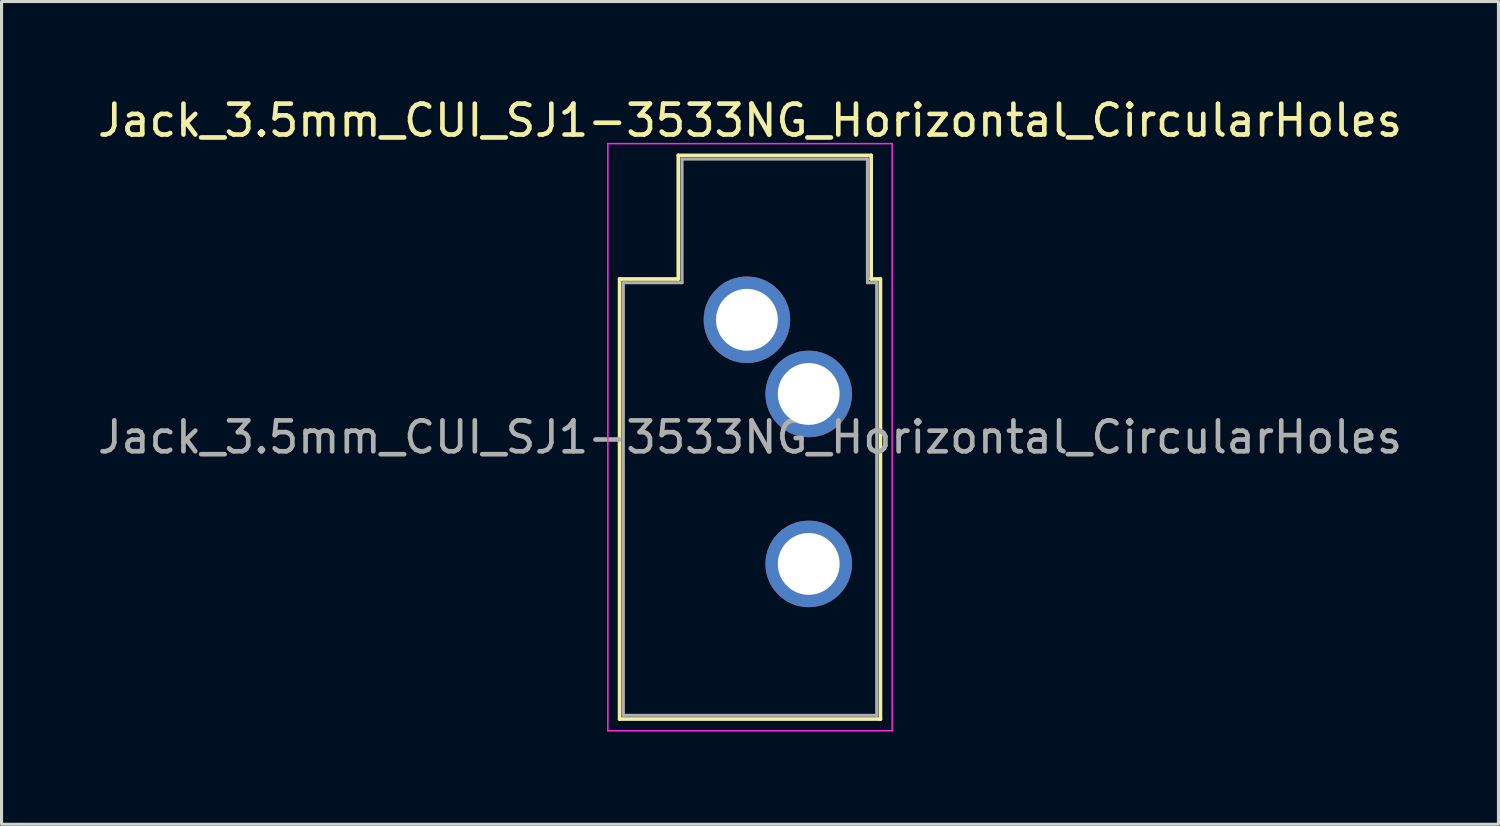
<source format=kicad_pcb>
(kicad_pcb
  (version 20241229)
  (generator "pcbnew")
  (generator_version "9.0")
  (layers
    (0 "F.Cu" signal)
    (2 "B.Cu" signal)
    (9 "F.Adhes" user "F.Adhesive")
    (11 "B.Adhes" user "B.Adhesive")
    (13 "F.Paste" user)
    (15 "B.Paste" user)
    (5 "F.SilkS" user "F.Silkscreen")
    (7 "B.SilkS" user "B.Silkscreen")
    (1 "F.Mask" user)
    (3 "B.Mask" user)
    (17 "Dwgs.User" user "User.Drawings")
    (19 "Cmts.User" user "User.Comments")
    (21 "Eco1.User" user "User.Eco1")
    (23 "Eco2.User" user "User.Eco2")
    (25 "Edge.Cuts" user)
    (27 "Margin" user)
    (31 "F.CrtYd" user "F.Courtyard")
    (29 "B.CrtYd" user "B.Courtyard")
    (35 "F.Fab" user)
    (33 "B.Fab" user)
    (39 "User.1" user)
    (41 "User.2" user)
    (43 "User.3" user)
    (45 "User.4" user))
  (footprint "Jack_3.5mm_CUI_SJ1-3533NG_Horizontal_CircularHoles"
    (layer "F.Cu")
    (at 21.12 7.298)
    (property "Reference" "Jack_3.5mm_CUI_SJ1-3533NG_Horizontal_CircularHoles" (at 0.1 -6.45 0) (layer "F.SilkS") (effects (font (size 1 1) (thickness 0.15))))
    (attr through_hole)
    (fp_line (start -4.12 -1.32) (end -2.22 -1.32) (stroke (width 0.12) (type solid)) (layer "F.SilkS"))
    (fp_line (start -4.12 12.92) (end -4.12 -1.32) (stroke (width 0.12) (type solid)) (layer "F.SilkS"))
    (fp_line (start -2.22 -5.32) (end 4.02 -5.32) (stroke (width 0.12) (type solid)) (layer "F.SilkS"))
    (fp_line (start -2.22 -1.32) (end -2.22 -5.32) (stroke (width 0.12) (type solid)) (layer "F.SilkS"))
    (fp_line (start 4.02 -5.32) (end 4.02 -1.32) (stroke (width 0.12) (type solid)) (layer "F.SilkS"))
    (fp_line (start 4.02 -1.32) (end 4.32 -1.32) (stroke (width 0.12) (type solid)) (layer "F.SilkS"))
    (fp_line (start 4.32 -1.32) (end 4.32 12.92) (stroke (width 0.12) (type solid)) (layer "F.SilkS"))
    (fp_line (start 4.32 12.92) (end -4.12 12.92) (stroke (width 0.12) (type solid)) (layer "F.SilkS"))
    (fp_line (start -4.5 -5.7) (end -4.5 13.3) (stroke (width 0.05) (type solid)) (layer "F.CrtYd"))
    (fp_line (start -4.5 13.3) (end 4.7 13.3) (stroke (width 0.05) (type solid)) (layer "F.CrtYd"))
    (fp_line (start 4.7 -5.7) (end -4.5 -5.7) (stroke (width 0.05) (type solid)) (layer "F.CrtYd"))
    (fp_line (start 4.7 13.3) (end 4.7 -5.7) (stroke (width 0.05) (type solid)) (layer "F.CrtYd"))
    (fp_line (start -4 -1.2) (end -2.1 -1.2) (stroke (width 0.1) (type solid)) (layer "F.Fab"))
    (fp_line (start -4 12.8) (end -4 -1.2) (stroke (width 0.1) (type solid)) (layer "F.Fab"))
    (fp_line (start -2.1 -5.2) (end 3.9 -5.2) (stroke (width 0.1) (type solid)) (layer "F.Fab"))
    (fp_line (start -2.1 -1.2) (end -2.1 -5.2) (stroke (width 0.1) (type solid)) (layer "F.Fab"))
    (fp_line (start 3.9 -5.2) (end 3.9 -1.2) (stroke (width 0.1) (type solid)) (layer "F.Fab"))
    (fp_line (start 3.9 -1.2) (end 4.2 -1.2) (stroke (width 0.1) (type solid)) (layer "F.Fab"))
    (fp_line (start 4.2 -1.2) (end 4.2 12.8) (stroke (width 0.1) (type solid)) (layer "F.Fab"))
    (fp_line (start 4.2 12.8) (end -4 12.8) (stroke (width 0.1) (type solid)) (layer "F.Fab"))
    (fp_text user "${REFERENCE}" (at 0.1 3.8 0) (layer "F.Fab") (effects (font (size 1 1) (thickness 0.15))))
    (pad "R" thru_hole circle (at 2 7.9) (size 2.8 2.8) (drill 2) (layers "*.Cu" "*.Mask"))
    (pad "S" thru_hole circle (at 0 0) (size 2.8 2.8) (drill 2) (layers "*.Cu" "*.Mask"))
    (pad "T" thru_hole circle (at 2 2.4) (size 2.8 2.8) (drill 2) (layers "*.Cu" "*.Mask")))
  (gr_rect
    (start -3 -3)
    (end 45.44 23.623)
    (stroke (width 0.1) (type default))
    (fill no)
    (layer "Edge.Cuts")))
</source>
